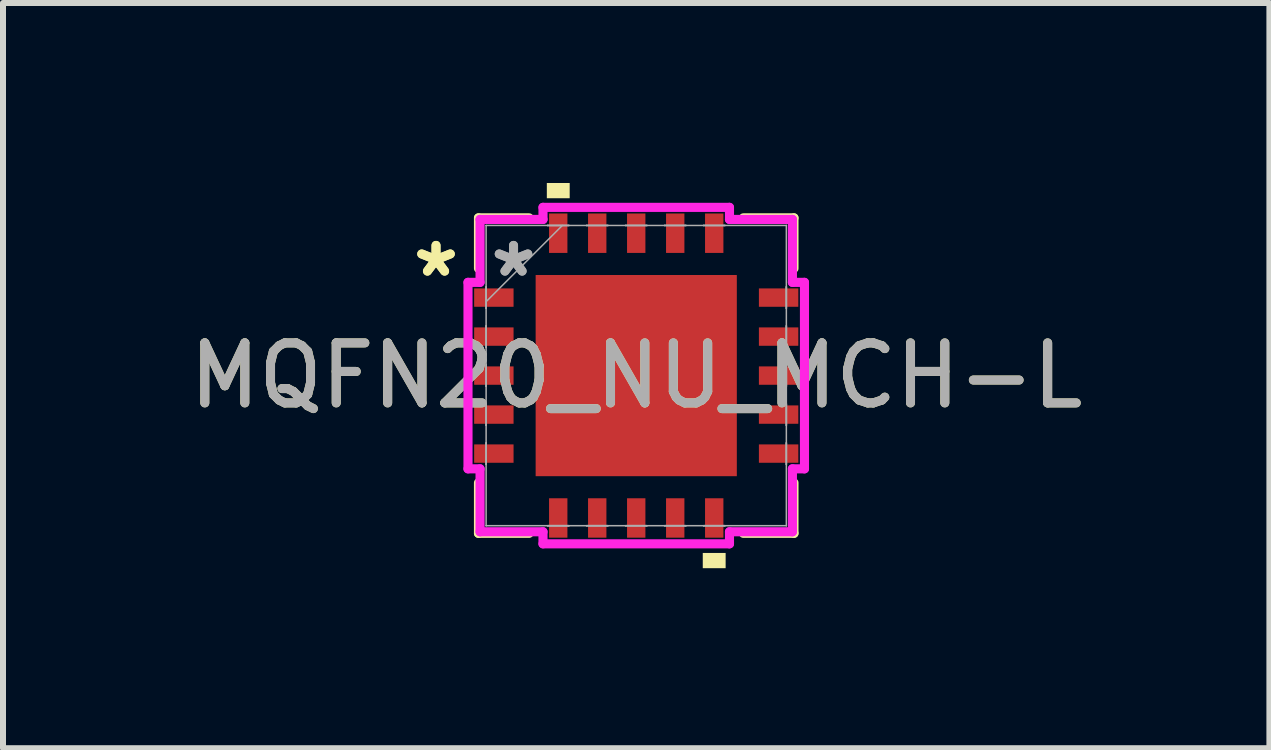
<source format=kicad_pcb>
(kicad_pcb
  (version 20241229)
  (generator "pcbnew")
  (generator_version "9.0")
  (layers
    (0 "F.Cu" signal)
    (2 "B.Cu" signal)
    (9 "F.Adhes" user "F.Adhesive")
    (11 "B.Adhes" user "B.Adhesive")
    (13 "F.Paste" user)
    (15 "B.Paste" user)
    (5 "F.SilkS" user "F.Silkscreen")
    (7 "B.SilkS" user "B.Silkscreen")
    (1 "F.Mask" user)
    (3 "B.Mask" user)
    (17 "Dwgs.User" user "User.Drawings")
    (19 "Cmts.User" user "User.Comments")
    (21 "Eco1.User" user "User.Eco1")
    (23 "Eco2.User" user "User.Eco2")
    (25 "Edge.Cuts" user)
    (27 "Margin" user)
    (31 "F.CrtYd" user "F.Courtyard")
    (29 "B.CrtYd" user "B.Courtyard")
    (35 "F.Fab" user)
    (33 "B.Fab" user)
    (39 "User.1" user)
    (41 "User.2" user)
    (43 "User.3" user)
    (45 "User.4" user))
  (footprint "MQFN20_NU_MCH-L"
    (layer "F.Cu")
    (at 7.554 3.21)
    (property "Reference" "MQFN20_NU_MCH-L" (at 0 0 0) (unlocked yes) (layer "F.SilkS") (effects (font (size 1 1) (thickness 0.15))))
    (attr smd)
    (fp_line (start -2.629 -2.629) (end -2.629 -1.786) (stroke (width 0.152) (type solid)) (layer "F.SilkS"))
    (fp_line (start -2.629 1.786) (end -2.629 2.629) (stroke (width 0.152) (type solid)) (layer "F.SilkS"))
    (fp_line (start -2.629 2.629) (end -1.786 2.629) (stroke (width 0.152) (type solid)) (layer "F.SilkS"))
    (fp_line (start -1.786 -2.629) (end -2.629 -2.629) (stroke (width 0.152) (type solid)) (layer "F.SilkS"))
    (fp_line (start 1.786 2.629) (end 2.629 2.629) (stroke (width 0.152) (type solid)) (layer "F.SilkS"))
    (fp_line (start 2.629 -2.629) (end 1.786 -2.629) (stroke (width 0.152) (type solid)) (layer "F.SilkS"))
    (fp_line (start 2.629 -1.786) (end 2.629 -2.629) (stroke (width 0.152) (type solid)) (layer "F.SilkS"))
    (fp_line (start 2.629 2.629) (end 2.629 1.786) (stroke (width 0.152) (type solid)) (layer "F.SilkS"))
    (fp_poly (pts (xy -1.49 -2.956) (xy -1.49 -3.21) (xy -1.109 -3.21) (xy -1.109 -2.956)) (stroke (width 0) (type solid)) (fill yes) (layer "F.SilkS"))
    (fp_poly (pts (xy 1.109 2.956) (xy 1.109 3.21) (xy 1.49 3.21) (xy 1.49 2.956)) (stroke (width 0) (type solid)) (fill yes) (layer "F.SilkS"))
    (fp_poly (pts (xy -1.576 -1.576) (xy -1.576 -0.1) (xy -0.1 -0.1) (xy -0.1 -1.576)) (stroke (width 0) (type solid)) (fill yes) (layer "F.Paste"))
    (fp_poly (pts (xy -1.576 0.1) (xy -1.576 1.576) (xy -0.1 1.576) (xy -0.1 0.1)) (stroke (width 0) (type solid)) (fill yes) (layer "F.Paste"))
    (fp_poly (pts (xy 0.1 -1.576) (xy 0.1 -0.1) (xy 1.576 -0.1) (xy 1.576 -1.576)) (stroke (width 0) (type solid)) (fill yes) (layer "F.Paste"))
    (fp_poly (pts (xy 0.1 0.1) (xy 0.1 1.576) (xy 1.576 1.576) (xy 1.576 0.1)) (stroke (width 0) (type solid)) (fill yes) (layer "F.Paste"))
    (fp_line (start -2.804 -1.554) (end -2.603 -1.554) (stroke (width 0.152) (type solid)) (layer "F.CrtYd"))
    (fp_line (start -2.804 1.554) (end -2.804 -1.554) (stroke (width 0.152) (type solid)) (layer "F.CrtYd"))
    (fp_line (start -2.603 -2.603) (end -1.554 -2.603) (stroke (width 0.152) (type solid)) (layer "F.CrtYd"))
    (fp_line (start -2.603 -1.554) (end -2.603 -2.603) (stroke (width 0.152) (type solid)) (layer "F.CrtYd"))
    (fp_line (start -2.603 1.554) (end -2.804 1.554) (stroke (width 0.152) (type solid)) (layer "F.CrtYd"))
    (fp_line (start -2.603 2.603) (end -2.603 1.554) (stroke (width 0.152) (type solid)) (layer "F.CrtYd"))
    (fp_line (start -1.554 -2.804) (end 1.554 -2.804) (stroke (width 0.152) (type solid)) (layer "F.CrtYd"))
    (fp_line (start -1.554 -2.603) (end -1.554 -2.804) (stroke (width 0.152) (type solid)) (layer "F.CrtYd"))
    (fp_line (start -1.554 2.603) (end -2.603 2.603) (stroke (width 0.152) (type solid)) (layer "F.CrtYd"))
    (fp_line (start -1.554 2.804) (end -1.554 2.603) (stroke (width 0.152) (type solid)) (layer "F.CrtYd"))
    (fp_line (start 1.554 -2.804) (end 1.554 -2.603) (stroke (width 0.152) (type solid)) (layer "F.CrtYd"))
    (fp_line (start 1.554 -2.603) (end 2.603 -2.603) (stroke (width 0.152) (type solid)) (layer "F.CrtYd"))
    (fp_line (start 1.554 2.603) (end 1.554 2.804) (stroke (width 0.152) (type solid)) (layer "F.CrtYd"))
    (fp_line (start 1.554 2.804) (end -1.554 2.804) (stroke (width 0.152) (type solid)) (layer "F.CrtYd"))
    (fp_line (start 2.603 -2.603) (end 2.603 -1.554) (stroke (width 0.152) (type solid)) (layer "F.CrtYd"))
    (fp_line (start 2.603 -1.554) (end 2.804 -1.554) (stroke (width 0.152) (type solid)) (layer "F.CrtYd"))
    (fp_line (start 2.603 1.554) (end 2.603 2.603) (stroke (width 0.152) (type solid)) (layer "F.CrtYd"))
    (fp_line (start 2.603 2.603) (end 1.554 2.603) (stroke (width 0.152) (type solid)) (layer "F.CrtYd"))
    (fp_line (start 2.804 -1.554) (end 2.804 1.554) (stroke (width 0.152) (type solid)) (layer "F.CrtYd"))
    (fp_line (start 2.804 1.554) (end 2.603 1.554) (stroke (width 0.152) (type solid)) (layer "F.CrtYd"))
    (fp_line (start -2.502 -2.502) (end -2.502 -2.502) (stroke (width 0.025) (type solid)) (layer "F.Fab"))
    (fp_line (start -2.502 -2.502) (end -2.502 2.502) (stroke (width 0.025) (type solid)) (layer "F.Fab"))
    (fp_line (start -2.502 -1.478) (end -2.502 -1.478) (stroke (width 0.025) (type solid)) (layer "F.Fab"))
    (fp_line (start -2.502 -1.478) (end -2.502 -1.122) (stroke (width 0.025) (type solid)) (layer "F.Fab"))
    (fp_line (start -2.502 -1.232) (end -1.232 -2.502) (stroke (width 0.025) (type solid)) (layer "F.Fab"))
    (fp_line (start -2.502 -1.122) (end -2.502 -1.478) (stroke (width 0.025) (type solid)) (layer "F.Fab"))
    (fp_line (start -2.502 -1.122) (end -2.502 -1.122) (stroke (width 0.025) (type solid)) (layer "F.Fab"))
    (fp_line (start -2.502 -0.828) (end -2.502 -0.828) (stroke (width 0.025) (type solid)) (layer "F.Fab"))
    (fp_line (start -2.502 -0.828) (end -2.502 -0.472) (stroke (width 0.025) (type solid)) (layer "F.Fab"))
    (fp_line (start -2.502 -0.472) (end -2.502 -0.828) (stroke (width 0.025) (type solid)) (layer "F.Fab"))
    (fp_line (start -2.502 -0.472) (end -2.502 -0.472) (stroke (width 0.025) (type solid)) (layer "F.Fab"))
    (fp_line (start -2.502 -0.178) (end -2.502 -0.178) (stroke (width 0.025) (type solid)) (layer "F.Fab"))
    (fp_line (start -2.502 -0.178) (end -2.502 0.178) (stroke (width 0.025) (type solid)) (layer "F.Fab"))
    (fp_line (start -2.502 0.178) (end -2.502 -0.178) (stroke (width 0.025) (type solid)) (layer "F.Fab"))
    (fp_line (start -2.502 0.178) (end -2.502 0.178) (stroke (width 0.025) (type solid)) (layer "F.Fab"))
    (fp_line (start -2.502 0.472) (end -2.502 0.472) (stroke (width 0.025) (type solid)) (layer "F.Fab"))
    (fp_line (start -2.502 0.472) (end -2.502 0.828) (stroke (width 0.025) (type solid)) (layer "F.Fab"))
    (fp_line (start -2.502 0.828) (end -2.502 0.472) (stroke (width 0.025) (type solid)) (layer "F.Fab"))
    (fp_line (start -2.502 0.828) (end -2.502 0.828) (stroke (width 0.025) (type solid)) (layer "F.Fab"))
    (fp_line (start -2.502 1.122) (end -2.502 1.122) (stroke (width 0.025) (type solid)) (layer "F.Fab"))
    (fp_line (start -2.502 1.122) (end -2.502 1.478) (stroke (width 0.025) (type solid)) (layer "F.Fab"))
    (fp_line (start -2.502 1.478) (end -2.502 1.122) (stroke (width 0.025) (type solid)) (layer "F.Fab"))
    (fp_line (start -2.502 1.478) (end -2.502 1.478) (stroke (width 0.025) (type solid)) (layer "F.Fab"))
    (fp_line (start -2.502 2.502) (end -2.502 2.502) (stroke (width 0.025) (type solid)) (layer "F.Fab"))
    (fp_line (start -2.502 2.502) (end 2.502 2.502) (stroke (width 0.025) (type solid)) (layer "F.Fab"))
    (fp_line (start -1.478 -2.502) (end -1.478 -2.502) (stroke (width 0.025) (type solid)) (layer "F.Fab"))
    (fp_line (start -1.478 -2.502) (end -1.122 -2.502) (stroke (width 0.025) (type solid)) (layer "F.Fab"))
    (fp_line (start -1.478 2.502) (end -1.478 2.502) (stroke (width 0.025) (type solid)) (layer "F.Fab"))
    (fp_line (start -1.478 2.502) (end -1.122 2.502) (stroke (width 0.025) (type solid)) (layer "F.Fab"))
    (fp_line (start -1.122 -2.502) (end -1.478 -2.502) (stroke (width 0.025) (type solid)) (layer "F.Fab"))
    (fp_line (start -1.122 -2.502) (end -1.122 -2.502) (stroke (width 0.025) (type solid)) (layer "F.Fab"))
    (fp_line (start -1.122 2.502) (end -1.478 2.502) (stroke (width 0.025) (type solid)) (layer "F.Fab"))
    (fp_line (start -1.122 2.502) (end -1.122 2.502) (stroke (width 0.025) (type solid)) (layer "F.Fab"))
    (fp_line (start -0.828 -2.502) (end -0.828 -2.502) (stroke (width 0.025) (type solid)) (layer "F.Fab"))
    (fp_line (start -0.828 -2.502) (end -0.472 -2.502) (stroke (width 0.025) (type solid)) (layer "F.Fab"))
    (fp_line (start -0.828 2.502) (end -0.828 2.502) (stroke (width 0.025) (type solid)) (layer "F.Fab"))
    (fp_line (start -0.828 2.502) (end -0.472 2.502) (stroke (width 0.025) (type solid)) (layer "F.Fab"))
    (fp_line (start -0.472 -2.502) (end -0.828 -2.502) (stroke (width 0.025) (type solid)) (layer "F.Fab"))
    (fp_line (start -0.472 -2.502) (end -0.472 -2.502) (stroke (width 0.025) (type solid)) (layer "F.Fab"))
    (fp_line (start -0.472 2.502) (end -0.828 2.502) (stroke (width 0.025) (type solid)) (layer "F.Fab"))
    (fp_line (start -0.472 2.502) (end -0.472 2.502) (stroke (width 0.025) (type solid)) (layer "F.Fab"))
    (fp_line (start -0.178 -2.502) (end -0.178 -2.502) (stroke (width 0.025) (type solid)) (layer "F.Fab"))
    (fp_line (start -0.178 -2.502) (end 0.178 -2.502) (stroke (width 0.025) (type solid)) (layer "F.Fab"))
    (fp_line (start -0.178 2.502) (end -0.178 2.502) (stroke (width 0.025) (type solid)) (layer "F.Fab"))
    (fp_line (start -0.178 2.502) (end 0.178 2.502) (stroke (width 0.025) (type solid)) (layer "F.Fab"))
    (fp_line (start 0.178 -2.502) (end -0.178 -2.502) (stroke (width 0.025) (type solid)) (layer "F.Fab"))
    (fp_line (start 0.178 -2.502) (end 0.178 -2.502) (stroke (width 0.025) (type solid)) (layer "F.Fab"))
    (fp_line (start 0.178 2.502) (end -0.178 2.502) (stroke (width 0.025) (type solid)) (layer "F.Fab"))
    (fp_line (start 0.178 2.502) (end 0.178 2.502) (stroke (width 0.025) (type solid)) (layer "F.Fab"))
    (fp_line (start 0.472 -2.502) (end 0.472 -2.502) (stroke (width 0.025) (type solid)) (layer "F.Fab"))
    (fp_line (start 0.472 -2.502) (end 0.828 -2.502) (stroke (width 0.025) (type solid)) (layer "F.Fab"))
    (fp_line (start 0.472 2.502) (end 0.472 2.502) (stroke (width 0.025) (type solid)) (layer "F.Fab"))
    (fp_line (start 0.472 2.502) (end 0.828 2.502) (stroke (width 0.025) (type solid)) (layer "F.Fab"))
    (fp_line (start 0.828 -2.502) (end 0.472 -2.502) (stroke (width 0.025) (type solid)) (layer "F.Fab"))
    (fp_line (start 0.828 -2.502) (end 0.828 -2.502) (stroke (width 0.025) (type solid)) (layer "F.Fab"))
    (fp_line (start 0.828 2.502) (end 0.472 2.502) (stroke (width 0.025) (type solid)) (layer "F.Fab"))
    (fp_line (start 0.828 2.502) (end 0.828 2.502) (stroke (width 0.025) (type solid)) (layer "F.Fab"))
    (fp_line (start 1.122 -2.502) (end 1.122 -2.502) (stroke (width 0.025) (type solid)) (layer "F.Fab"))
    (fp_line (start 1.122 -2.502) (end 1.478 -2.502) (stroke (width 0.025) (type solid)) (layer "F.Fab"))
    (fp_line (start 1.122 2.502) (end 1.122 2.502) (stroke (width 0.025) (type solid)) (layer "F.Fab"))
    (fp_line (start 1.122 2.502) (end 1.478 2.502) (stroke (width 0.025) (type solid)) (layer "F.Fab"))
    (fp_line (start 1.478 -2.502) (end 1.122 -2.502) (stroke (width 0.025) (type solid)) (layer "F.Fab"))
    (fp_line (start 1.478 -2.502) (end 1.478 -2.502) (stroke (width 0.025) (type solid)) (layer "F.Fab"))
    (fp_line (start 1.478 2.502) (end 1.122 2.502) (stroke (width 0.025) (type solid)) (layer "F.Fab"))
    (fp_line (start 1.478 2.502) (end 1.478 2.502) (stroke (width 0.025) (type solid)) (layer "F.Fab"))
    (fp_line (start 2.502 -2.502) (end -2.502 -2.502) (stroke (width 0.025) (type solid)) (layer "F.Fab"))
    (fp_line (start 2.502 -2.502) (end 2.502 -2.502) (stroke (width 0.025) (type solid)) (layer "F.Fab"))
    (fp_line (start 2.502 -1.478) (end 2.502 -1.478) (stroke (width 0.025) (type solid)) (layer "F.Fab"))
    (fp_line (start 2.502 -1.478) (end 2.502 -1.122) (stroke (width 0.025) (type solid)) (layer "F.Fab"))
    (fp_line (start 2.502 -1.122) (end 2.502 -1.478) (stroke (width 0.025) (type solid)) (layer "F.Fab"))
    (fp_line (start 2.502 -1.122) (end 2.502 -1.122) (stroke (width 0.025) (type solid)) (layer "F.Fab"))
    (fp_line (start 2.502 -0.828) (end 2.502 -0.828) (stroke (width 0.025) (type solid)) (layer "F.Fab"))
    (fp_line (start 2.502 -0.828) (end 2.502 -0.472) (stroke (width 0.025) (type solid)) (layer "F.Fab"))
    (fp_line (start 2.502 -0.472) (end 2.502 -0.828) (stroke (width 0.025) (type solid)) (layer "F.Fab"))
    (fp_line (start 2.502 -0.472) (end 2.502 -0.472) (stroke (width 0.025) (type solid)) (layer "F.Fab"))
    (fp_line (start 2.502 -0.178) (end 2.502 -0.178) (stroke (width 0.025) (type solid)) (layer "F.Fab"))
    (fp_line (start 2.502 -0.178) (end 2.502 0.178) (stroke (width 0.025) (type solid)) (layer "F.Fab"))
    (fp_line (start 2.502 0.178) (end 2.502 -0.178) (stroke (width 0.025) (type solid)) (layer "F.Fab"))
    (fp_line (start 2.502 0.178) (end 2.502 0.178) (stroke (width 0.025) (type solid)) (layer "F.Fab"))
    (fp_line (start 2.502 0.472) (end 2.502 0.472) (stroke (width 0.025) (type solid)) (layer "F.Fab"))
    (fp_line (start 2.502 0.472) (end 2.502 0.828) (stroke (width 0.025) (type solid)) (layer "F.Fab"))
    (fp_line (start 2.502 0.828) (end 2.502 0.472) (stroke (width 0.025) (type solid)) (layer "F.Fab"))
    (fp_line (start 2.502 0.828) (end 2.502 0.828) (stroke (width 0.025) (type solid)) (layer "F.Fab"))
    (fp_line (start 2.502 1.122) (end 2.502 1.122) (stroke (width 0.025) (type solid)) (layer "F.Fab"))
    (fp_line (start 2.502 1.122) (end 2.502 1.478) (stroke (width 0.025) (type solid)) (layer "F.Fab"))
    (fp_line (start 2.502 1.478) (end 2.502 1.122) (stroke (width 0.025) (type solid)) (layer "F.Fab"))
    (fp_line (start 2.502 1.478) (end 2.502 1.478) (stroke (width 0.025) (type solid)) (layer "F.Fab"))
    (fp_line (start 2.502 2.502) (end 2.502 -2.502) (stroke (width 0.025) (type solid)) (layer "F.Fab"))
    (fp_line (start 2.502 2.502) (end 2.502 2.502) (stroke (width 0.025) (type solid)) (layer "F.Fab"))
    (fp_text user "*" (at -3.337 -1.625 0) (unlocked yes) (layer "F.SilkS") (effects (font (size 1 1) (thickness 0.15))))
    (fp_text user "*" (at -3.337 -1.625 0) (layer "F.SilkS") (effects (font (size 1 1) (thickness 0.15))))
    (fp_text user "*" (at -2.045 -1.625 0) (unlocked yes) (layer "F.Fab") (effects (font (size 1 1) (thickness 0.15))))
    (fp_text user "*" (at -2.045 -1.625 0) (layer "F.Fab") (effects (font (size 1 1) (thickness 0.15))))
    (fp_text user "${REFERENCE}" (at 0 0 0) (unlocked yes) (layer "F.Fab") (effects (font (size 1 1) (thickness 0.15))))
    (pad "1" smd rect (at -2.373 -1.3 90) (size 0.306 0.657) (layers "F.Cu" "F.Mask" "F.Paste"))
    (pad "2" smd rect (at -2.373 -0.65 90) (size 0.306 0.657) (layers "F.Cu" "F.Mask" "F.Paste"))
    (pad "3" smd rect (at -2.373 0 90) (size 0.306 0.657) (layers "F.Cu" "F.Mask" "F.Paste"))
    (pad "4" smd rect (at -2.373 0.65 90) (size 0.306 0.657) (layers "F.Cu" "F.Mask" "F.Paste"))
    (pad "5" smd rect (at -2.373 1.3 90) (size 0.306 0.657) (layers "F.Cu" "F.Mask" "F.Paste"))
    (pad "6" smd rect (at -1.3 2.373) (size 0.306 0.657) (layers "F.Cu" "F.Mask" "F.Paste"))
    (pad "7" smd rect (at -0.65 2.373) (size 0.306 0.657) (layers "F.Cu" "F.Mask" "F.Paste"))
    (pad "8" smd rect (at 0 2.373) (size 0.306 0.657) (layers "F.Cu" "F.Mask" "F.Paste"))
    (pad "9" smd rect (at 0.65 2.373) (size 0.306 0.657) (layers "F.Cu" "F.Mask" "F.Paste"))
    (pad "10" smd rect (at 1.3 2.373) (size 0.306 0.657) (layers "F.Cu" "F.Mask" "F.Paste"))
    (pad "11" smd rect (at 2.373 1.3 90) (size 0.306 0.657) (layers "F.Cu" "F.Mask" "F.Paste"))
    (pad "12" smd rect (at 2.373 0.65 90) (size 0.306 0.657) (layers "F.Cu" "F.Mask" "F.Paste"))
    (pad "13" smd rect (at 2.373 0 90) (size 0.306 0.657) (layers "F.Cu" "F.Mask" "F.Paste"))
    (pad "14" smd rect (at 2.373 -0.65 90) (size 0.306 0.657) (layers "F.Cu" "F.Mask" "F.Paste"))
    (pad "15" smd rect (at 2.373 -1.3 90) (size 0.306 0.657) (layers "F.Cu" "F.Mask" "F.Paste"))
    (pad "16" smd rect (at 1.3 -2.373) (size 0.306 0.657) (layers "F.Cu" "F.Mask" "F.Paste"))
    (pad "17" smd rect (at 0.65 -2.373) (size 0.306 0.657) (layers "F.Cu" "F.Mask" "F.Paste"))
    (pad "18" smd rect (at 0 -2.373) (size 0.306 0.657) (layers "F.Cu" "F.Mask" "F.Paste"))
    (pad "19" smd rect (at -0.65 -2.373) (size 0.306 0.657) (layers "F.Cu" "F.Mask" "F.Paste"))
    (pad "20" smd rect (at -1.3 -2.373) (size 0.306 0.657) (layers "F.Cu" "F.Mask" "F.Paste"))
    (pad "21" smd rect (at 0 0) (size 3.353 3.353) (layers "F.Cu" "F.Mask" "F.Paste")))
  (gr_rect
    (start -3 -3)
    (end 18.107 9.42)
    (stroke (width 0.1) (type default))
    (fill no)
    (layer "Edge.Cuts")))
</source>
